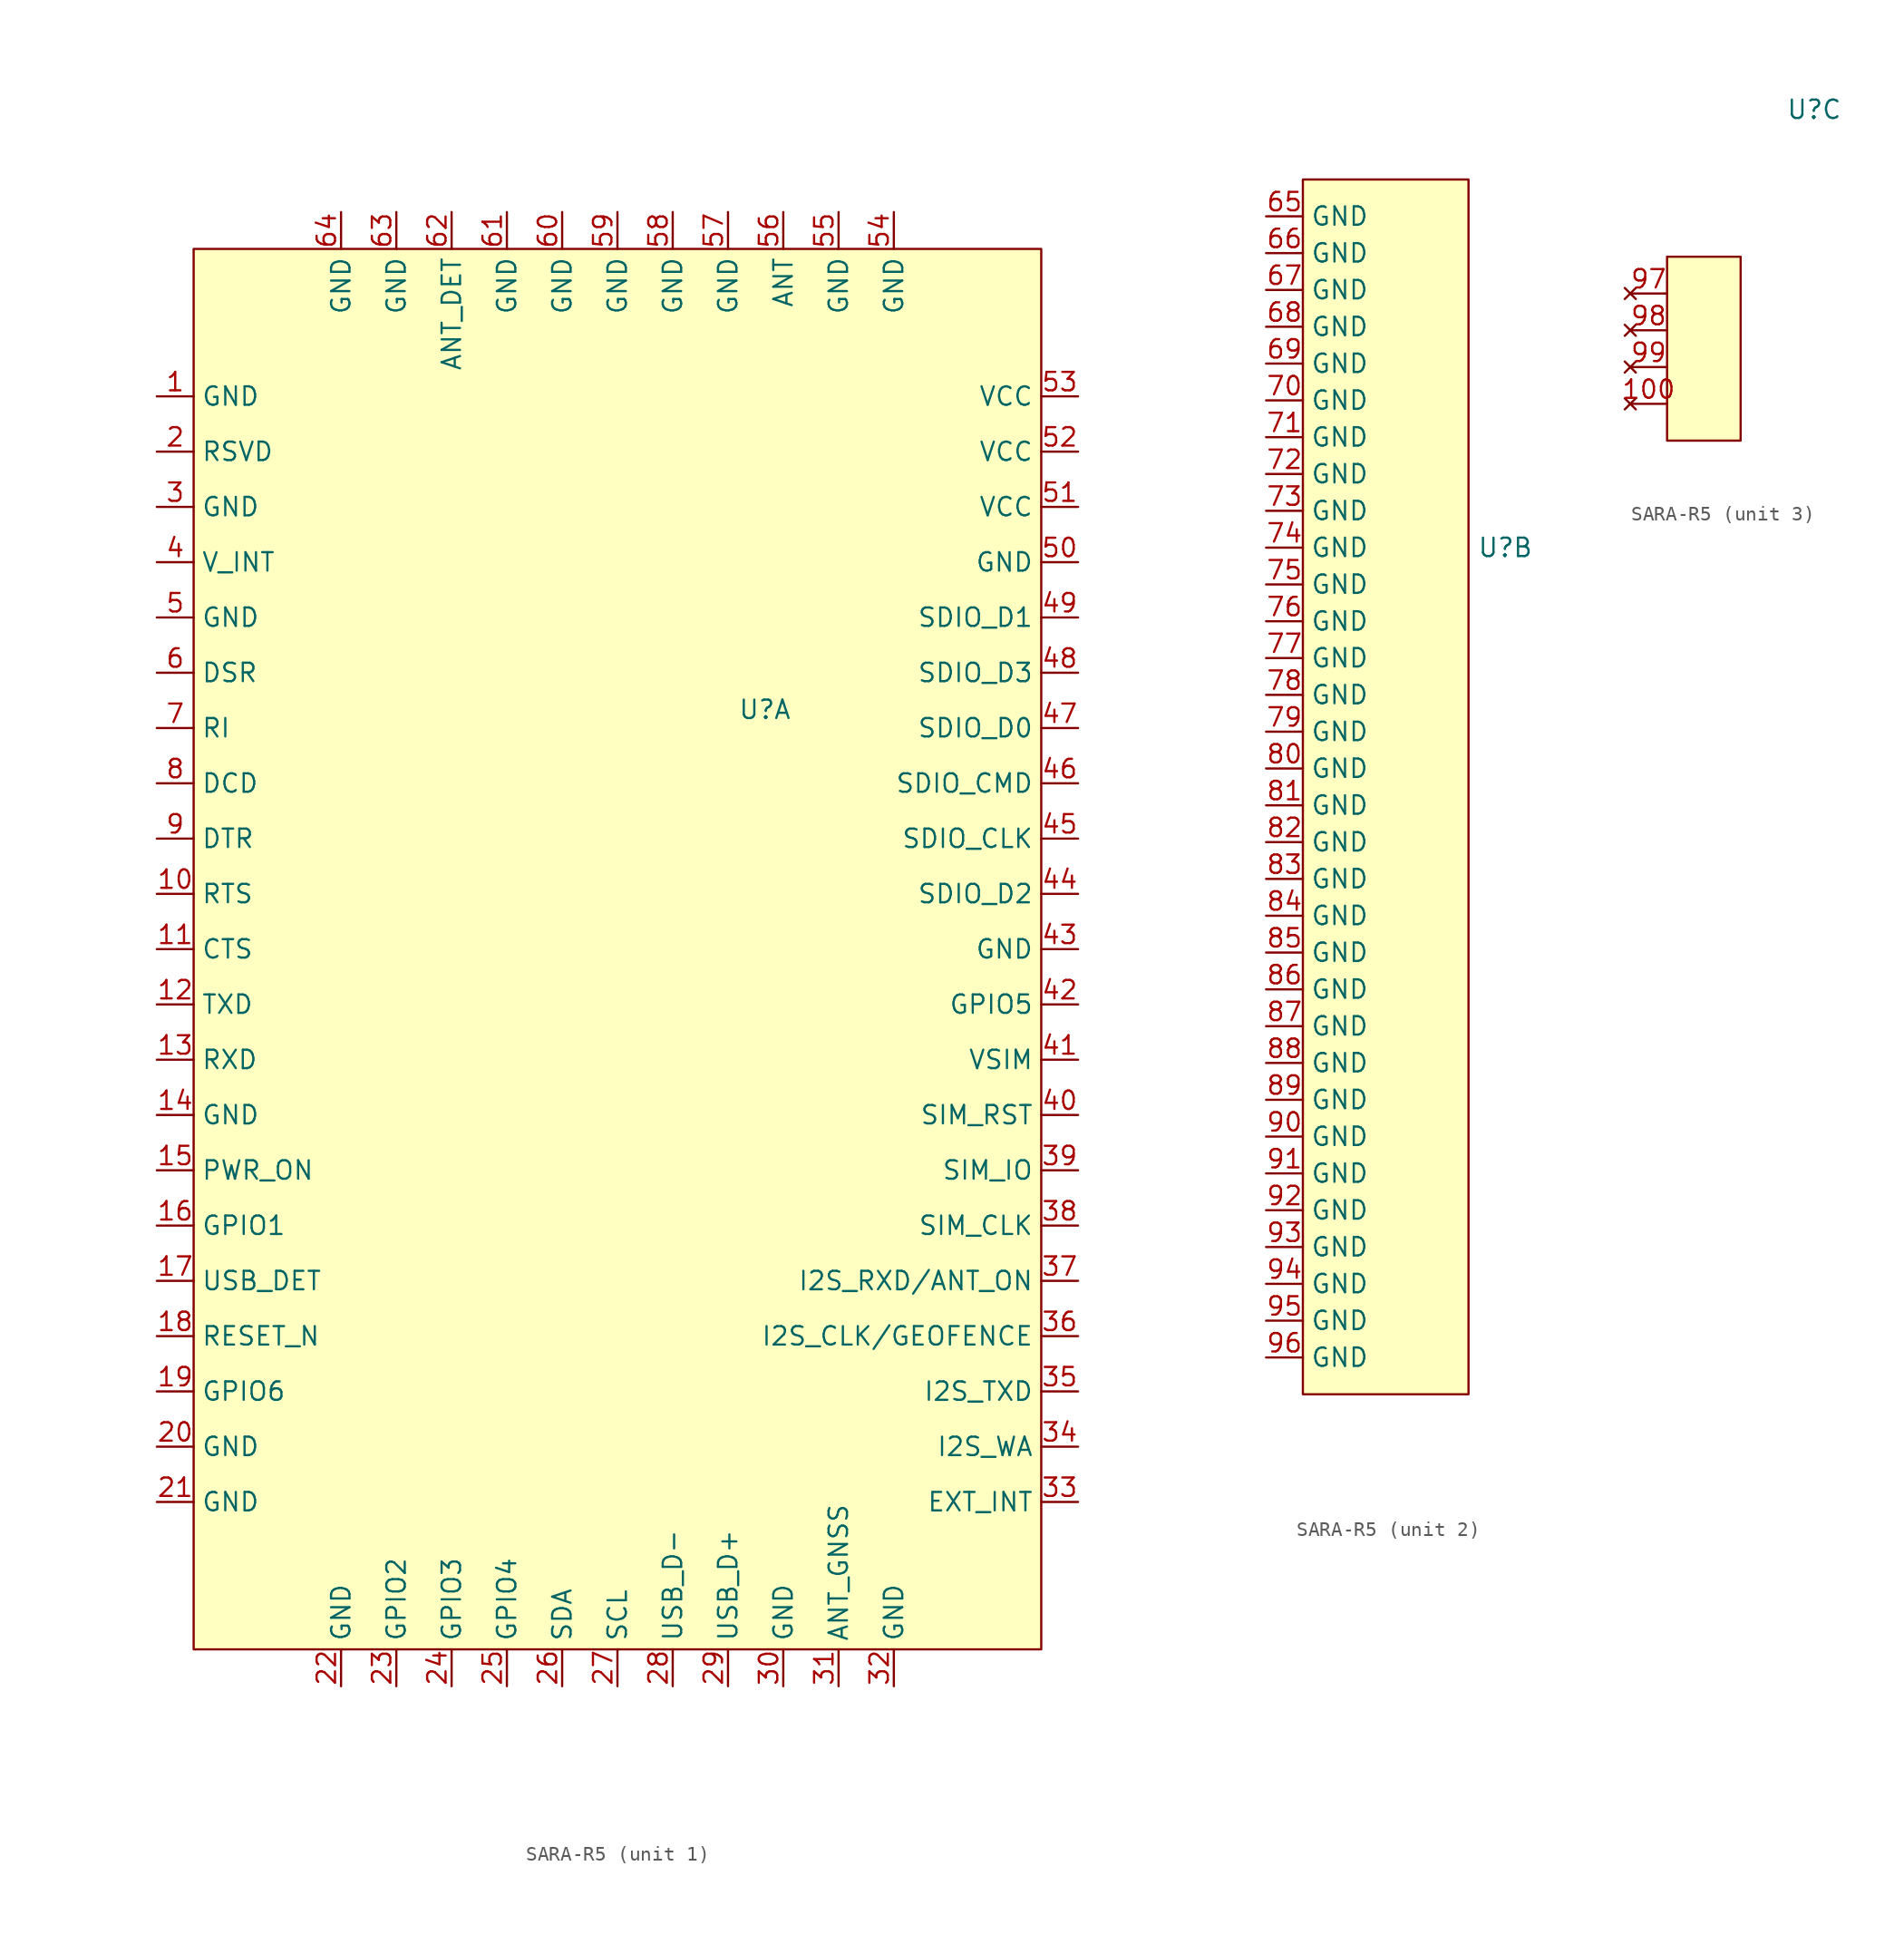
<source format=kicad_sym>
(kicad_symbol_lib
  (version 20220914)
  (generator kicad_symbol_editor)
  (symbol "SARA-R5"
    (property "Reference" "U"
      (at 7.62 16.51 0)
      (effects (font (size 1.27 1.27))))
    (property "Value" ""
      (at 7.62 -7.62 0)
      (effects (font (size 1.27 1.27))))
    (property "ki_locked" ""
      (at 0 0 0)
      (effects (font (size 1.27 1.27))))
    (symbol "SARA-R5_1_1"
      (rectangle (start -31.75 48.26) (end 26.67 -48.26) (stroke (width 0) (type default)) (fill (type background)))
      (pin power_in line (at -34.29 38.1 0) (length 2.54) (name "GND" (effects (font (size 1.27 1.27)))) (number "1" (effects (font (size 1.27 1.27)))))
      (pin input line (at -34.29 3.81 0) (length 2.54) (name "RTS" (effects (font (size 1.27 1.27)))) (number "10" (effects (font (size 1.27 1.27)))))
      (pin output line (at -34.29 0 0) (length 2.54) (name "CTS" (effects (font (size 1.27 1.27)))) (number "11" (effects (font (size 1.27 1.27)))))
      (pin input line (at -34.29 -3.81 0) (length 2.54) (name "TXD" (effects (font (size 1.27 1.27)))) (number "12" (effects (font (size 1.27 1.27)))))
      (pin output line (at -34.29 -7.62 0) (length 2.54) (name "RXD" (effects (font (size 1.27 1.27)))) (number "13" (effects (font (size 1.27 1.27)))))
      (pin power_in line (at -34.29 -11.43 0) (length 2.54) (name "GND" (effects (font (size 1.27 1.27)))) (number "14" (effects (font (size 1.27 1.27)))))
      (pin input line (at -34.29 -15.24 0) (length 2.54) (name "PWR_ON" (effects (font (size 1.27 1.27)))) (number "15" (effects (font (size 1.27 1.27)))))
      (pin bidirectional line (at -34.29 -19.05 0) (length 2.54) (name "GPIO1" (effects (font (size 1.27 1.27)))) (number "16" (effects (font (size 1.27 1.27)))))
      (pin input line (at -34.29 -22.86 0) (length 2.54) (name "USB_DET" (effects (font (size 1.27 1.27)))) (number "17" (effects (font (size 1.27 1.27)))))
      (pin input line (at -34.29 -26.67 0) (length 2.54) (name "RESET_N" (effects (font (size 1.27 1.27)))) (number "18" (effects (font (size 1.27 1.27)))))
      (pin bidirectional line (at -34.29 -30.48 0) (length 2.54) (name "GPIO6" (effects (font (size 1.27 1.27)))) (number "19" (effects (font (size 1.27 1.27)))))
      (pin input line (at -34.29 34.29 0) (length 2.54) (name "RSVD" (effects (font (size 1.27 1.27)))) (number "2" (effects (font (size 1.27 1.27)))))
      (pin power_in line (at -34.29 -34.29 0) (length 2.54) (name "GND" (effects (font (size 1.27 1.27)))) (number "20" (effects (font (size 1.27 1.27)))))
      (pin power_in line (at -34.29 -38.1 0) (length 2.54) (name "GND" (effects (font (size 1.27 1.27)))) (number "21" (effects (font (size 1.27 1.27)))))
      (pin power_in line (at -21.59 -50.8 90) (length 2.54) (name "GND" (effects (font (size 1.27 1.27)))) (number "22" (effects (font (size 1.27 1.27)))))
      (pin bidirectional line (at -17.78 -50.8 90) (length 2.54) (name "GPIO2" (effects (font (size 1.27 1.27)))) (number "23" (effects (font (size 1.27 1.27)))))
      (pin bidirectional line (at -13.97 -50.8 90) (length 2.54) (name "GPIO3" (effects (font (size 1.27 1.27)))) (number "24" (effects (font (size 1.27 1.27)))))
      (pin bidirectional line (at -10.16 -50.8 90) (length 2.54) (name "GPIO4" (effects (font (size 1.27 1.27)))) (number "25" (effects (font (size 1.27 1.27)))))
      (pin bidirectional line (at -6.35 -50.8 90) (length 2.54) (name "SDA" (effects (font (size 1.27 1.27)))) (number "26" (effects (font (size 1.27 1.27)))))
      (pin output line (at -2.54 -50.8 90) (length 2.54) (name "SCL" (effects (font (size 1.27 1.27)))) (number "27" (effects (font (size 1.27 1.27)))))
      (pin bidirectional line (at 1.27 -50.8 90) (length 2.54) (name "USB_D-" (effects (font (size 1.27 1.27)))) (number "28" (effects (font (size 1.27 1.27)))))
      (pin bidirectional line (at 5.08 -50.8 90) (length 2.54) (name "USB_D+" (effects (font (size 1.27 1.27)))) (number "29" (effects (font (size 1.27 1.27)))))
      (pin power_in line (at -34.29 30.48 0) (length 2.54) (name "GND" (effects (font (size 1.27 1.27)))) (number "3" (effects (font (size 1.27 1.27)))))
      (pin power_in line (at 8.89 -50.8 90) (length 2.54) (name "GND" (effects (font (size 1.27 1.27)))) (number "30" (effects (font (size 1.27 1.27)))))
      (pin input line (at 12.7 -50.8 90) (length 2.54) (name "ANT_GNSS" (effects (font (size 1.27 1.27)))) (number "31" (effects (font (size 1.27 1.27)))))
      (pin power_in line (at 16.51 -50.8 90) (length 2.54) (name "GND" (effects (font (size 1.27 1.27)))) (number "32" (effects (font (size 1.27 1.27)))))
      (pin input line (at 29.21 -38.1 180) (length 2.54) (name "EXT_INT" (effects (font (size 1.27 1.27)))) (number "33" (effects (font (size 1.27 1.27)))))
      (pin output line (at 29.21 -34.29 180) (length 2.54) (name "I2S_WA" (effects (font (size 1.27 1.27)))) (number "34" (effects (font (size 1.27 1.27)))))
      (pin output line (at 29.21 -30.48 180) (length 2.54) (name "I2S_TXD" (effects (font (size 1.27 1.27)))) (number "35" (effects (font (size 1.27 1.27)))))
      (pin bidirectional line (at 29.21 -26.67 180) (length 2.54) (name "I2S_CLK/GEOFENCE" (effects (font (size 1.27 1.27)))) (number "36" (effects (font (size 1.27 1.27)))))
      (pin bidirectional line (at 29.21 -22.86 180) (length 2.54) (name "I2S_RXD/ANT_ON" (effects (font (size 1.27 1.27)))) (number "37" (effects (font (size 1.27 1.27)))))
      (pin output line (at 29.21 -19.05 180) (length 2.54) (name "SIM_CLK" (effects (font (size 1.27 1.27)))) (number "38" (effects (font (size 1.27 1.27)))))
      (pin bidirectional line (at 29.21 -15.24 180) (length 2.54) (name "SIM_IO" (effects (font (size 1.27 1.27)))) (number "39" (effects (font (size 1.27 1.27)))))
      (pin power_out line (at -34.29 26.67 0) (length 2.54) (name "V_INT" (effects (font (size 1.27 1.27)))) (number "4" (effects (font (size 1.27 1.27)))))
      (pin output line (at 29.21 -11.43 180) (length 2.54) (name "SIM_RST" (effects (font (size 1.27 1.27)))) (number "40" (effects (font (size 1.27 1.27)))))
      (pin output line (at 29.21 -7.62 180) (length 2.54) (name "VSIM" (effects (font (size 1.27 1.27)))) (number "41" (effects (font (size 1.27 1.27)))))
      (pin bidirectional line (at 29.21 -3.81 180) (length 2.54) (name "GPIO5" (effects (font (size 1.27 1.27)))) (number "42" (effects (font (size 1.27 1.27)))))
      (pin power_in line (at 29.21 0 180) (length 2.54) (name "GND" (effects (font (size 1.27 1.27)))) (number "43" (effects (font (size 1.27 1.27)))))
      (pin bidirectional line (at 29.21 3.81 180) (length 2.54) (name "SDIO_D2" (effects (font (size 1.27 1.27)))) (number "44" (effects (font (size 1.27 1.27)))))
      (pin output line (at 29.21 7.62 180) (length 2.54) (name "SDIO_CLK" (effects (font (size 1.27 1.27)))) (number "45" (effects (font (size 1.27 1.27)))))
      (pin bidirectional line (at 29.21 11.43 180) (length 2.54) (name "SDIO_CMD" (effects (font (size 1.27 1.27)))) (number "46" (effects (font (size 1.27 1.27)))))
      (pin bidirectional line (at 29.21 15.24 180) (length 2.54) (name "SDIO_D0" (effects (font (size 1.27 1.27)))) (number "47" (effects (font (size 1.27 1.27)))))
      (pin bidirectional line (at 29.21 19.05 180) (length 2.54) (name "SDIO_D3" (effects (font (size 1.27 1.27)))) (number "48" (effects (font (size 1.27 1.27)))))
      (pin bidirectional line (at 29.21 22.86 180) (length 2.54) (name "SDIO_D1" (effects (font (size 1.27 1.27)))) (number "49" (effects (font (size 1.27 1.27)))))
      (pin power_in line (at -34.29 22.86 0) (length 2.54) (name "GND" (effects (font (size 1.27 1.27)))) (number "5" (effects (font (size 1.27 1.27)))))
      (pin power_in line (at 29.21 26.67 180) (length 2.54) (name "GND" (effects (font (size 1.27 1.27)))) (number "50" (effects (font (size 1.27 1.27)))))
      (pin power_in line (at 29.21 30.48 180) (length 2.54) (name "VCC" (effects (font (size 1.27 1.27)))) (number "51" (effects (font (size 1.27 1.27)))))
      (pin power_in line (at 29.21 34.29 180) (length 2.54) (name "VCC" (effects (font (size 1.27 1.27)))) (number "52" (effects (font (size 1.27 1.27)))))
      (pin power_in line (at 29.21 38.1 180) (length 2.54) (name "VCC" (effects (font (size 1.27 1.27)))) (number "53" (effects (font (size 1.27 1.27)))))
      (pin power_in line (at 16.51 50.8 270) (length 2.54) (name "GND" (effects (font (size 1.27 1.27)))) (number "54" (effects (font (size 1.27 1.27)))))
      (pin power_in line (at 12.7 50.8 270) (length 2.54) (name "GND" (effects (font (size 1.27 1.27)))) (number "55" (effects (font (size 1.27 1.27)))))
      (pin bidirectional line (at 8.89 50.8 270) (length 2.54) (name "ANT" (effects (font (size 1.27 1.27)))) (number "56" (effects (font (size 1.27 1.27)))))
      (pin power_in line (at 5.08 50.8 270) (length 2.54) (name "GND" (effects (font (size 1.27 1.27)))) (number "57" (effects (font (size 1.27 1.27)))))
      (pin power_in line (at 1.27 50.8 270) (length 2.54) (name "GND" (effects (font (size 1.27 1.27)))) (number "58" (effects (font (size 1.27 1.27)))))
      (pin power_in line (at -2.54 50.8 270) (length 2.54) (name "GND" (effects (font (size 1.27 1.27)))) (number "59" (effects (font (size 1.27 1.27)))))
      (pin output line (at -34.29 19.05 0) (length 2.54) (name "DSR" (effects (font (size 1.27 1.27)))) (number "6" (effects (font (size 1.27 1.27)))))
      (pin power_in line (at -6.35 50.8 270) (length 2.54) (name "GND" (effects (font (size 1.27 1.27)))) (number "60" (effects (font (size 1.27 1.27)))))
      (pin power_in line (at -10.16 50.8 270) (length 2.54) (name "GND" (effects (font (size 1.27 1.27)))) (number "61" (effects (font (size 1.27 1.27)))))
      (pin input line (at -13.97 50.8 270) (length 2.54) (name "ANT_DET" (effects (font (size 1.27 1.27)))) (number "62" (effects (font (size 1.27 1.27)))))
      (pin power_in line (at -17.78 50.8 270) (length 2.54) (name "GND" (effects (font (size 1.27 1.27)))) (number "63" (effects (font (size 1.27 1.27)))))
      (pin power_in line (at -21.59 50.8 270) (length 2.54) (name "GND" (effects (font (size 1.27 1.27)))) (number "64" (effects (font (size 1.27 1.27)))))
      (pin output line (at -34.29 15.24 0) (length 2.54) (name "RI" (effects (font (size 1.27 1.27)))) (number "7" (effects (font (size 1.27 1.27)))))
      (pin output line (at -34.29 11.43 0) (length 2.54) (name "DCD" (effects (font (size 1.27 1.27)))) (number "8" (effects (font (size 1.27 1.27)))))
      (pin input line (at -34.29 7.62 0) (length 2.54) (name "DTR" (effects (font (size 1.27 1.27)))) (number "9" (effects (font (size 1.27 1.27))))))
    (symbol "SARA-R5_2_1"
      (rectangle (start -6.35 41.91) (end 5.08 -41.91) (stroke (width 0) (type default)) (fill (type background)))
      (pin power_in line (at -8.89 39.37 0) (length 2.54) (name "GND" (effects (font (size 1.27 1.27)))) (number "65" (effects (font (size 1.27 1.27)))))
      (pin power_in line (at -8.89 36.83 0) (length 2.54) (name "GND" (effects (font (size 1.27 1.27)))) (number "66" (effects (font (size 1.27 1.27)))))
      (pin power_in line (at -8.89 34.29 0) (length 2.54) (name "GND" (effects (font (size 1.27 1.27)))) (number "67" (effects (font (size 1.27 1.27)))))
      (pin power_in line (at -8.89 31.75 0) (length 2.54) (name "GND" (effects (font (size 1.27 1.27)))) (number "68" (effects (font (size 1.27 1.27)))))
      (pin power_in line (at -8.89 29.21 0) (length 2.54) (name "GND" (effects (font (size 1.27 1.27)))) (number "69" (effects (font (size 1.27 1.27)))))
      (pin power_in line (at -8.89 26.67 0) (length 2.54) (name "GND" (effects (font (size 1.27 1.27)))) (number "70" (effects (font (size 1.27 1.27)))))
      (pin power_in line (at -8.89 24.13 0) (length 2.54) (name "GND" (effects (font (size 1.27 1.27)))) (number "71" (effects (font (size 1.27 1.27)))))
      (pin power_in line (at -8.89 21.59 0) (length 2.54) (name "GND" (effects (font (size 1.27 1.27)))) (number "72" (effects (font (size 1.27 1.27)))))
      (pin power_in line (at -8.89 19.05 0) (length 2.54) (name "GND" (effects (font (size 1.27 1.27)))) (number "73" (effects (font (size 1.27 1.27)))))
      (pin power_in line (at -8.89 16.51 0) (length 2.54) (name "GND" (effects (font (size 1.27 1.27)))) (number "74" (effects (font (size 1.27 1.27)))))
      (pin power_in line (at -8.89 13.97 0) (length 2.54) (name "GND" (effects (font (size 1.27 1.27)))) (number "75" (effects (font (size 1.27 1.27)))))
      (pin power_in line (at -8.89 11.43 0) (length 2.54) (name "GND" (effects (font (size 1.27 1.27)))) (number "76" (effects (font (size 1.27 1.27)))))
      (pin power_in line (at -8.89 8.89 0) (length 2.54) (name "GND" (effects (font (size 1.27 1.27)))) (number "77" (effects (font (size 1.27 1.27)))))
      (pin power_in line (at -8.89 6.35 0) (length 2.54) (name "GND" (effects (font (size 1.27 1.27)))) (number "78" (effects (font (size 1.27 1.27)))))
      (pin power_in line (at -8.89 3.81 0) (length 2.54) (name "GND" (effects (font (size 1.27 1.27)))) (number "79" (effects (font (size 1.27 1.27)))))
      (pin power_in line (at -8.89 1.27 0) (length 2.54) (name "GND" (effects (font (size 1.27 1.27)))) (number "80" (effects (font (size 1.27 1.27)))))
      (pin power_in line (at -8.89 -1.27 0) (length 2.54) (name "GND" (effects (font (size 1.27 1.27)))) (number "81" (effects (font (size 1.27 1.27)))))
      (pin power_in line (at -8.89 -3.81 0) (length 2.54) (name "GND" (effects (font (size 1.27 1.27)))) (number "82" (effects (font (size 1.27 1.27)))))
      (pin power_in line (at -8.89 -6.35 0) (length 2.54) (name "GND" (effects (font (size 1.27 1.27)))) (number "83" (effects (font (size 1.27 1.27)))))
      (pin power_in line (at -8.89 -8.89 0) (length 2.54) (name "GND" (effects (font (size 1.27 1.27)))) (number "84" (effects (font (size 1.27 1.27)))))
      (pin power_in line (at -8.89 -11.43 0) (length 2.54) (name "GND" (effects (font (size 1.27 1.27)))) (number "85" (effects (font (size 1.27 1.27)))))
      (pin power_in line (at -8.89 -13.97 0) (length 2.54) (name "GND" (effects (font (size 1.27 1.27)))) (number "86" (effects (font (size 1.27 1.27)))))
      (pin power_in line (at -8.89 -16.51 0) (length 2.54) (name "GND" (effects (font (size 1.27 1.27)))) (number "87" (effects (font (size 1.27 1.27)))))
      (pin power_in line (at -8.89 -19.05 0) (length 2.54) (name "GND" (effects (font (size 1.27 1.27)))) (number "88" (effects (font (size 1.27 1.27)))))
      (pin power_in line (at -8.89 -21.59 0) (length 2.54) (name "GND" (effects (font (size 1.27 1.27)))) (number "89" (effects (font (size 1.27 1.27)))))
      (pin power_in line (at -8.89 -24.13 0) (length 2.54) (name "GND" (effects (font (size 1.27 1.27)))) (number "90" (effects (font (size 1.27 1.27)))))
      (pin power_in line (at -8.89 -26.67 0) (length 2.54) (name "GND" (effects (font (size 1.27 1.27)))) (number "91" (effects (font (size 1.27 1.27)))))
      (pin power_in line (at -8.89 -29.21 0) (length 2.54) (name "GND" (effects (font (size 1.27 1.27)))) (number "92" (effects (font (size 1.27 1.27)))))
      (pin power_in line (at -8.89 -31.75 0) (length 2.54) (name "GND" (effects (font (size 1.27 1.27)))) (number "93" (effects (font (size 1.27 1.27)))))
      (pin power_in line (at -8.89 -34.29 0) (length 2.54) (name "GND" (effects (font (size 1.27 1.27)))) (number "94" (effects (font (size 1.27 1.27)))))
      (pin power_in line (at -8.89 -36.83 0) (length 2.54) (name "GND" (effects (font (size 1.27 1.27)))) (number "95" (effects (font (size 1.27 1.27)))))
      (pin power_in line (at -8.89 -39.37 0) (length 2.54) (name "GND" (effects (font (size 1.27 1.27)))) (number "96" (effects (font (size 1.27 1.27))))))
    (symbol "SARA-R5_3_1"
      (rectangle (start -2.54 6.35) (end 2.54 -6.35) (stroke (width 0) (type default)) (fill (type background)))
      (pin no_connect line (at -5.08 -3.81 0) (length 2.54) (name "" (effects (font (size 1.27 1.27)))) (number "100" (effects (font (size 1.27 1.27)))))
      (pin no_connect line (at -5.08 3.81 0) (length 2.54) (name "" (effects (font (size 1.27 1.27)))) (number "97" (effects (font (size 1.27 1.27)))))
      (pin no_connect line (at -5.08 1.27 0) (length 2.54) (name "" (effects (font (size 1.27 1.27)))) (number "98" (effects (font (size 1.27 1.27)))))
      (pin no_connect line (at -5.08 -1.27 0) (length 2.54) (name "" (effects (font (size 1.27 1.27)))) (number "99" (effects (font (size 1.27 1.27))))))))
</source>
